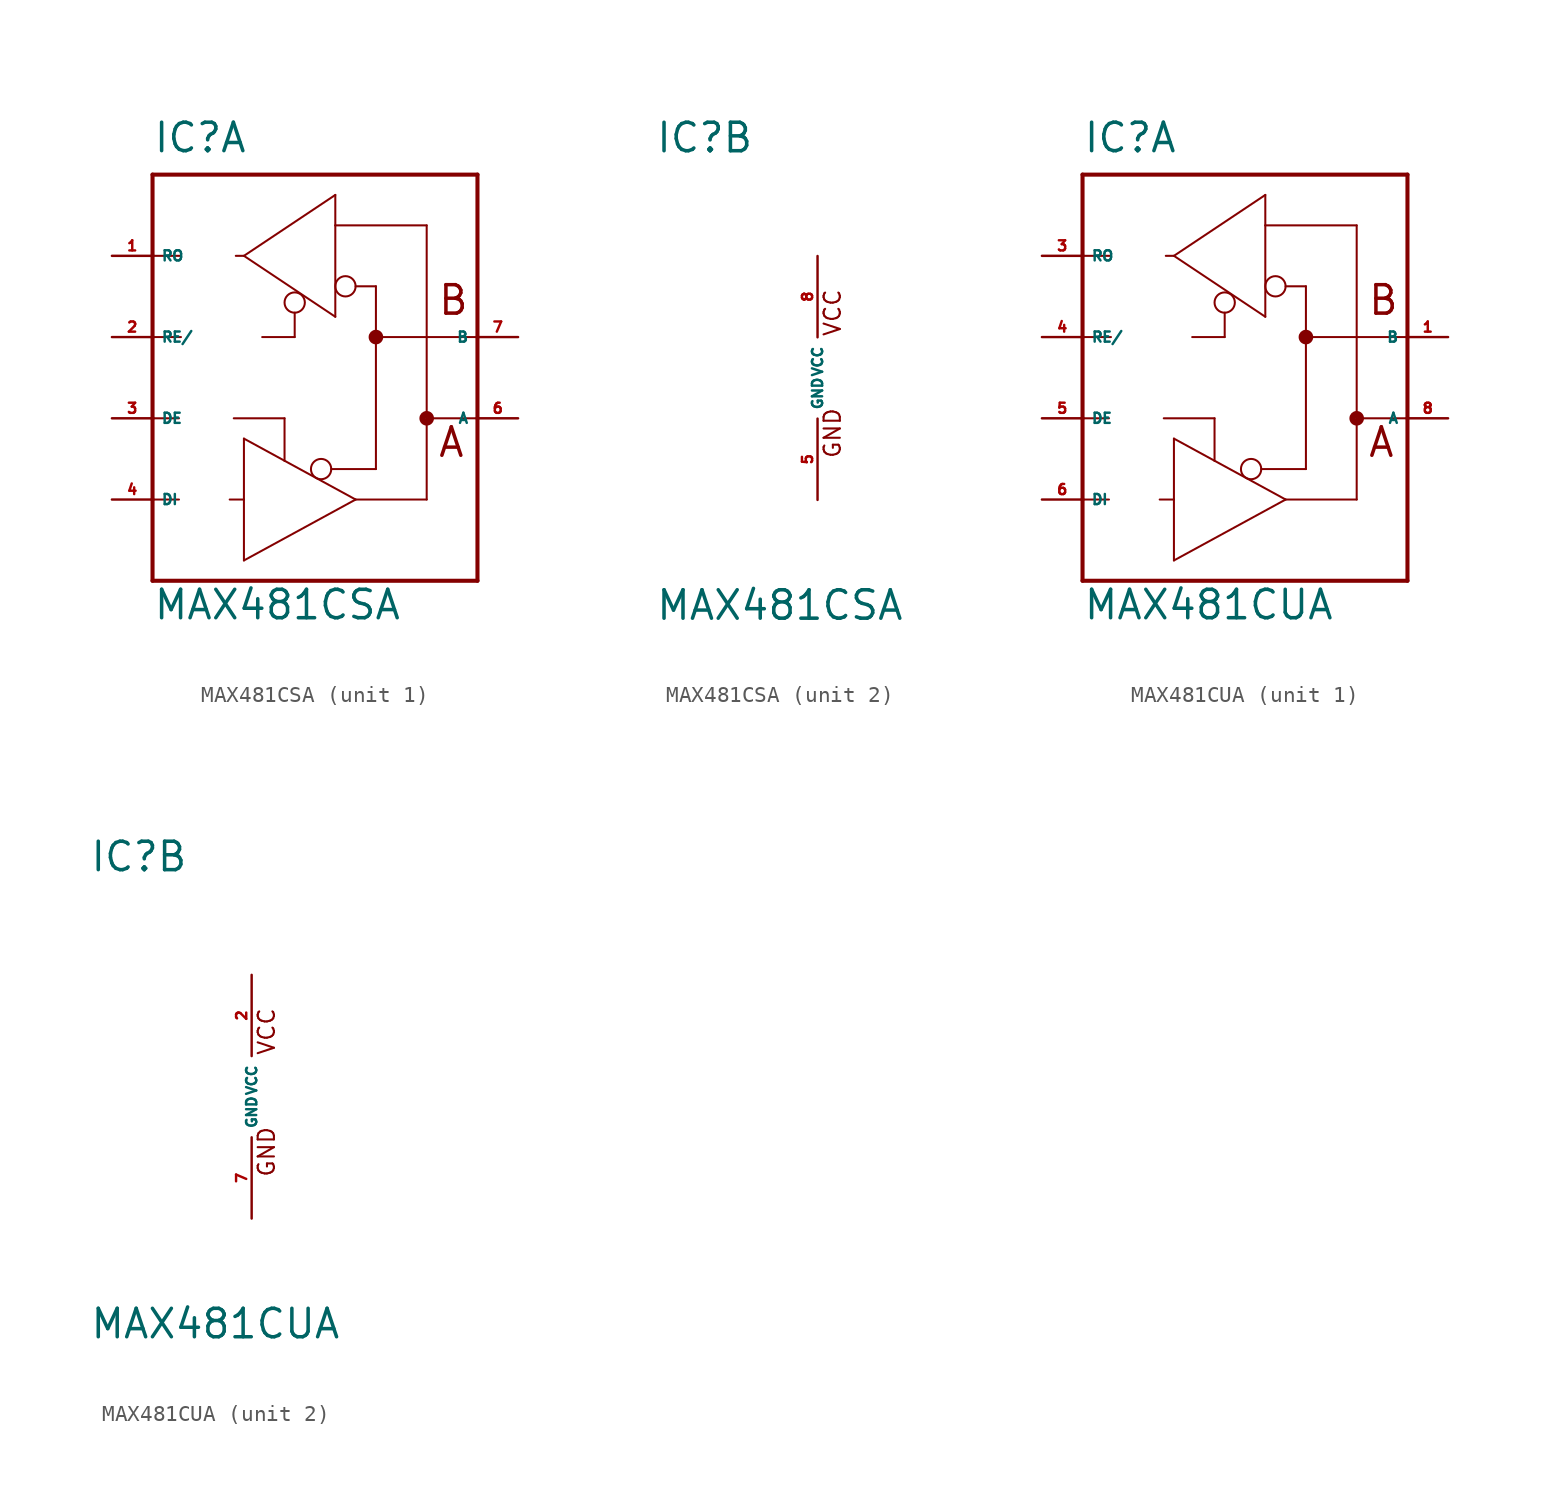
<source format=kicad_sym>
(kicad_symbol_lib
  (version 20220914)
  (generator Eagle2Kicad)
  (symbol "MAX481CSA"
    (property "Reference" "IC"
      (at -10.16 13.97 0)
      (effects (font (size 1.778 1.778) (thickness 0.22)) (justify left bottom)))
    (property "Value" "MAX481CSA"
      (at -10.16 -15.24 0)
      (effects (font (size 1.778 1.778) (thickness 0.22)) (justify left bottom)))
    (symbol "MAX481CSA_1_0"
      (polyline (pts (xy -10.16 12.7) (xy 10.16 12.7)) (stroke (width 0.254) (type default)) (fill (type none)))
      (polyline (pts (xy 10.16 12.7) (xy 10.16 2.54)) (stroke (width 0.254) (type default)) (fill (type none)))
      (polyline (pts (xy 10.16 2.54) (xy 10.16 -2.54)) (stroke (width 0.254) (type default)) (fill (type none)))
      (polyline (pts (xy 10.16 -2.54) (xy 10.16 -12.7)) (stroke (width 0.254) (type default)) (fill (type none)))
      (polyline (pts (xy 10.16 -12.7) (xy -10.16 -12.7)) (stroke (width 0.254) (type default)) (fill (type none)))
      (polyline (pts (xy -10.16 -12.7) (xy -10.16 -7.62)) (stroke (width 0.254) (type default)) (fill (type none)))
      (polyline (pts (xy -10.16 -7.62) (xy -10.16 -2.54)) (stroke (width 0.254) (type default)) (fill (type none)))
      (polyline (pts (xy -10.16 -2.54) (xy -10.16 2.54)) (stroke (width 0.254) (type default)) (fill (type none)))
      (polyline (pts (xy -10.16 2.54) (xy -10.16 7.62)) (stroke (width 0.254) (type default)) (fill (type none)))
      (polyline (pts (xy -10.16 7.62) (xy -10.16 12.7)) (stroke (width 0.254) (type default)) (fill (type none)))
      (polyline (pts (xy 1.27 11.43) (xy 1.27 9.525)) (stroke (width 0.127) (type default)) (fill (type none)))
      (polyline (pts (xy 1.27 9.525) (xy 1.27 3.81)) (stroke (width 0.127) (type default)) (fill (type none)))
      (polyline (pts (xy 1.27 3.81) (xy -4.445 7.62)) (stroke (width 0.127) (type default)) (fill (type none)))
      (polyline (pts (xy -4.445 7.62) (xy 1.27 11.43)) (stroke (width 0.127) (type default)) (fill (type none)))
      (polyline (pts (xy -4.445 -11.43) (xy -4.445 -7.62)) (stroke (width 0.127) (type default)) (fill (type none)))
      (polyline (pts (xy -4.445 -7.62) (xy -4.445 -3.81)) (stroke (width 0.127) (type default)) (fill (type none)))
      (polyline (pts (xy -4.445 -3.81) (xy 2.54 -7.62)) (stroke (width 0.127) (type default)) (fill (type none)))
      (polyline (pts (xy 2.54 -7.62) (xy -4.445 -11.43)) (stroke (width 0.127) (type default)) (fill (type none)))
      (polyline (pts (xy -3.302 2.54) (xy -1.27 2.54)) (stroke (width 0.127) (type default)) (fill (type none)))
      (polyline (pts (xy -1.27 2.54) (xy -1.27 4.064)) (stroke (width 0.127) (type default)) (fill (type none)))
      (polyline (pts (xy -5.08 -2.54) (xy -1.905 -2.54)) (stroke (width 0.127) (type default)) (fill (type none)))
      (polyline (pts (xy -1.905 -2.54) (xy -1.905 -5.207)) (stroke (width 0.127) (type default)) (fill (type none)))
      (polyline (pts (xy 2.54 -7.62) (xy 6.985 -7.62)) (stroke (width 0.127) (type default)) (fill (type none)))
      (polyline (pts (xy 6.985 -7.62) (xy 6.985 -2.54)) (stroke (width 0.127) (type default)) (fill (type none)))
      (polyline (pts (xy 6.985 -2.54) (xy 6.985 9.525)) (stroke (width 0.127) (type default)) (fill (type none)))
      (polyline (pts (xy 1.27 9.525) (xy 6.985 9.525)) (stroke (width 0.127) (type default)) (fill (type none)))
      (polyline (pts (xy 1.016 -5.715) (xy 3.81 -5.715)) (stroke (width 0.127) (type default)) (fill (type none)))
      (polyline (pts (xy 3.81 -5.715) (xy 3.81 2.54)) (stroke (width 0.127) (type default)) (fill (type none)))
      (polyline (pts (xy 3.81 2.54) (xy 3.81 5.715)) (stroke (width 0.127) (type default)) (fill (type none)))
      (polyline (pts (xy 3.81 5.715) (xy 2.54 5.715)) (stroke (width 0.127) (type default)) (fill (type none)))
      (polyline (pts (xy 10.16 2.54) (xy 3.81 2.54)) (stroke (width 0.127) (type default)) (fill (type none)))
      (polyline (pts (xy 10.16 -2.54) (xy 6.985 -2.54)) (stroke (width 0.127) (type default)) (fill (type none)))
      (polyline (pts (xy -10.16 7.62) (xy -8.382 7.62)) (stroke (width 0.127) (type default)) (fill (type none)))
      (polyline (pts (xy -4.953 7.62) (xy -4.445 7.62)) (stroke (width 0.127) (type default)) (fill (type none)))
      (polyline (pts (xy -10.16 2.54) (xy -8.382 2.54)) (stroke (width 0.127) (type default)) (fill (type none)))
      (polyline (pts (xy -10.16 -7.62) (xy -8.509 -7.62)) (stroke (width 0.127) (type default)) (fill (type none)))
      (polyline (pts (xy -5.334 -7.62) (xy -4.445 -7.62)) (stroke (width 0.127) (type default)) (fill (type none)))
      (polyline (pts (xy -10.16 -2.54) (xy -8.509 -2.54)) (stroke (width 0.127) (type default)) (fill (type none)))
      (text "A" (at 7.62 -5.08 0) (effects (font (size 1.778 1.778) (thickness 0.22)) (justify left bottom)))
      (text "B" (at 7.62 3.81 0) (effects (font (size 1.778 1.778) (thickness 0.22)) (justify left bottom)))
      (circle (center -1.27 4.699) (radius 0.635) (stroke (width 0.127) (type default)) (fill (type none)))
      (circle (center 1.905 5.715) (radius 0.635) (stroke (width 0.127) (type default)) (fill (type none)))
      (circle (center 0.381 -5.715) (radius 0.635) (stroke (width 0.127) (type default)) (fill (type none)))
      (circle (center 3.81 2.54) (radius 0.254) (stroke (width 0.406) (type default)) (fill (type none)))
      (circle (center 6.985 -2.54) (radius 0.254) (stroke (width 0.406) (type default)) (fill (type none)))
      (pin output line (at -12.7 7.62 0) (length 2.54) (name "RO" (effects (font (size 0.635 0.635) (thickness 0.08)) (justify left bottom))) (number "1" (effects (font (size 0.635 0.635) (thickness 0.08)) (justify left bottom))))
      (pin input line (at -12.7 2.54 0) (length 2.54) (name "RE/" (effects (font (size 0.635 0.635) (thickness 0.08)) (justify left bottom))) (number "2" (effects (font (size 0.635 0.635) (thickness 0.08)) (justify left bottom))))
      (pin input line (at -12.7 -2.54 0) (length 2.54) (name "DE" (effects (font (size 0.635 0.635) (thickness 0.08)) (justify left bottom))) (number "3" (effects (font (size 0.635 0.635) (thickness 0.08)) (justify left bottom))))
      (pin input line (at -12.7 -7.62 0) (length 2.54) (name "DI" (effects (font (size 0.635 0.635) (thickness 0.08)) (justify left bottom))) (number "4" (effects (font (size 0.635 0.635) (thickness 0.08)) (justify left bottom))))
      (pin passive line (at 12.7 -2.54 180) (length 2.54) (name "A" (effects (font (size 0.635 0.635) (thickness 0.08)) (justify left bottom))) (number "6" (effects (font (size 0.635 0.635) (thickness 0.08)) (justify left bottom))))
      (pin passive line (at 12.7 2.54 180) (length 2.54) (name "B" (effects (font (size 0.635 0.635) (thickness 0.08)) (justify left bottom))) (number "7" (effects (font (size 0.635 0.635) (thickness 0.08)) (justify left bottom)))))
    (symbol "MAX481CSA_2_0"
      (text "GND" (at 1.524 -5.08 900) (effects (font (size 1.016 1.016) (thickness 0.13)) (justify left bottom)))
      (text "VCC" (at 1.524 2.54 900) (effects (font (size 1.016 1.016) (thickness 0.13)) (justify left bottom)))
      (pin unspecified line (at 0 7.62 270) (length 5.08) (name "VCC" (effects (font (size 0.635 0.635) (thickness 0.08)) (justify left bottom))) (number "8" (effects (font (size 0.635 0.635) (thickness 0.08)) (justify left bottom))))
      (pin unspecified line (at 0 -7.62 90) (length 5.08) (name "GND" (effects (font (size 0.635 0.635) (thickness 0.08)) (justify left bottom))) (number "5" (effects (font (size 0.635 0.635) (thickness 0.08)) (justify left bottom))))))
  (symbol "MAX481CUA"
    (property "Reference" "IC"
      (at -10.16 13.97 0)
      (effects (font (size 1.778 1.778) (thickness 0.22)) (justify left bottom)))
    (property "Value" "MAX481CUA"
      (at -10.16 -15.24 0)
      (effects (font (size 1.778 1.778) (thickness 0.22)) (justify left bottom)))
    (symbol "MAX481CUA_1_0"
      (polyline (pts (xy -10.16 12.7) (xy 10.16 12.7)) (stroke (width 0.254) (type default)) (fill (type none)))
      (polyline (pts (xy 10.16 12.7) (xy 10.16 2.54)) (stroke (width 0.254) (type default)) (fill (type none)))
      (polyline (pts (xy 10.16 2.54) (xy 10.16 -2.54)) (stroke (width 0.254) (type default)) (fill (type none)))
      (polyline (pts (xy 10.16 -2.54) (xy 10.16 -12.7)) (stroke (width 0.254) (type default)) (fill (type none)))
      (polyline (pts (xy 10.16 -12.7) (xy -10.16 -12.7)) (stroke (width 0.254) (type default)) (fill (type none)))
      (polyline (pts (xy -10.16 -12.7) (xy -10.16 -7.62)) (stroke (width 0.254) (type default)) (fill (type none)))
      (polyline (pts (xy -10.16 -7.62) (xy -10.16 -2.54)) (stroke (width 0.254) (type default)) (fill (type none)))
      (polyline (pts (xy -10.16 -2.54) (xy -10.16 2.54)) (stroke (width 0.254) (type default)) (fill (type none)))
      (polyline (pts (xy -10.16 2.54) (xy -10.16 7.62)) (stroke (width 0.254) (type default)) (fill (type none)))
      (polyline (pts (xy -10.16 7.62) (xy -10.16 12.7)) (stroke (width 0.254) (type default)) (fill (type none)))
      (polyline (pts (xy 1.27 11.43) (xy 1.27 9.525)) (stroke (width 0.127) (type default)) (fill (type none)))
      (polyline (pts (xy 1.27 9.525) (xy 1.27 3.81)) (stroke (width 0.127) (type default)) (fill (type none)))
      (polyline (pts (xy 1.27 3.81) (xy -4.445 7.62)) (stroke (width 0.127) (type default)) (fill (type none)))
      (polyline (pts (xy -4.445 7.62) (xy 1.27 11.43)) (stroke (width 0.127) (type default)) (fill (type none)))
      (polyline (pts (xy -4.445 -11.43) (xy -4.445 -7.62)) (stroke (width 0.127) (type default)) (fill (type none)))
      (polyline (pts (xy -4.445 -7.62) (xy -4.445 -3.81)) (stroke (width 0.127) (type default)) (fill (type none)))
      (polyline (pts (xy -4.445 -3.81) (xy 2.54 -7.62)) (stroke (width 0.127) (type default)) (fill (type none)))
      (polyline (pts (xy 2.54 -7.62) (xy -4.445 -11.43)) (stroke (width 0.127) (type default)) (fill (type none)))
      (polyline (pts (xy -3.302 2.54) (xy -1.27 2.54)) (stroke (width 0.127) (type default)) (fill (type none)))
      (polyline (pts (xy -1.27 2.54) (xy -1.27 4.064)) (stroke (width 0.127) (type default)) (fill (type none)))
      (polyline (pts (xy -5.08 -2.54) (xy -1.905 -2.54)) (stroke (width 0.127) (type default)) (fill (type none)))
      (polyline (pts (xy -1.905 -2.54) (xy -1.905 -5.207)) (stroke (width 0.127) (type default)) (fill (type none)))
      (polyline (pts (xy 2.54 -7.62) (xy 6.985 -7.62)) (stroke (width 0.127) (type default)) (fill (type none)))
      (polyline (pts (xy 6.985 -7.62) (xy 6.985 -2.54)) (stroke (width 0.127) (type default)) (fill (type none)))
      (polyline (pts (xy 6.985 -2.54) (xy 6.985 9.525)) (stroke (width 0.127) (type default)) (fill (type none)))
      (polyline (pts (xy 1.27 9.525) (xy 6.985 9.525)) (stroke (width 0.127) (type default)) (fill (type none)))
      (polyline (pts (xy 1.016 -5.715) (xy 3.81 -5.715)) (stroke (width 0.127) (type default)) (fill (type none)))
      (polyline (pts (xy 3.81 -5.715) (xy 3.81 2.54)) (stroke (width 0.127) (type default)) (fill (type none)))
      (polyline (pts (xy 3.81 2.54) (xy 3.81 5.715)) (stroke (width 0.127) (type default)) (fill (type none)))
      (polyline (pts (xy 3.81 5.715) (xy 2.54 5.715)) (stroke (width 0.127) (type default)) (fill (type none)))
      (polyline (pts (xy 10.16 2.54) (xy 3.81 2.54)) (stroke (width 0.127) (type default)) (fill (type none)))
      (polyline (pts (xy 10.16 -2.54) (xy 6.985 -2.54)) (stroke (width 0.127) (type default)) (fill (type none)))
      (polyline (pts (xy -10.16 7.62) (xy -8.382 7.62)) (stroke (width 0.127) (type default)) (fill (type none)))
      (polyline (pts (xy -4.953 7.62) (xy -4.445 7.62)) (stroke (width 0.127) (type default)) (fill (type none)))
      (polyline (pts (xy -10.16 2.54) (xy -8.382 2.54)) (stroke (width 0.127) (type default)) (fill (type none)))
      (polyline (pts (xy -10.16 -7.62) (xy -8.509 -7.62)) (stroke (width 0.127) (type default)) (fill (type none)))
      (polyline (pts (xy -5.334 -7.62) (xy -4.445 -7.62)) (stroke (width 0.127) (type default)) (fill (type none)))
      (polyline (pts (xy -10.16 -2.54) (xy -8.509 -2.54)) (stroke (width 0.127) (type default)) (fill (type none)))
      (text "A" (at 7.62 -5.08 0) (effects (font (size 1.778 1.778) (thickness 0.22)) (justify left bottom)))
      (text "B" (at 7.62 3.81 0) (effects (font (size 1.778 1.778) (thickness 0.22)) (justify left bottom)))
      (circle (center -1.27 4.699) (radius 0.635) (stroke (width 0.127) (type default)) (fill (type none)))
      (circle (center 1.905 5.715) (radius 0.635) (stroke (width 0.127) (type default)) (fill (type none)))
      (circle (center 0.381 -5.715) (radius 0.635) (stroke (width 0.127) (type default)) (fill (type none)))
      (circle (center 3.81 2.54) (radius 0.254) (stroke (width 0.406) (type default)) (fill (type none)))
      (circle (center 6.985 -2.54) (radius 0.254) (stroke (width 0.406) (type default)) (fill (type none)))
      (pin output line (at -12.7 7.62 0) (length 2.54) (name "RO" (effects (font (size 0.635 0.635) (thickness 0.08)) (justify left bottom))) (number "3" (effects (font (size 0.635 0.635) (thickness 0.08)) (justify left bottom))))
      (pin input line (at -12.7 2.54 0) (length 2.54) (name "RE/" (effects (font (size 0.635 0.635) (thickness 0.08)) (justify left bottom))) (number "4" (effects (font (size 0.635 0.635) (thickness 0.08)) (justify left bottom))))
      (pin input line (at -12.7 -2.54 0) (length 2.54) (name "DE" (effects (font (size 0.635 0.635) (thickness 0.08)) (justify left bottom))) (number "5" (effects (font (size 0.635 0.635) (thickness 0.08)) (justify left bottom))))
      (pin input line (at -12.7 -7.62 0) (length 2.54) (name "DI" (effects (font (size 0.635 0.635) (thickness 0.08)) (justify left bottom))) (number "6" (effects (font (size 0.635 0.635) (thickness 0.08)) (justify left bottom))))
      (pin passive line (at 12.7 -2.54 180) (length 2.54) (name "A" (effects (font (size 0.635 0.635) (thickness 0.08)) (justify left bottom))) (number "8" (effects (font (size 0.635 0.635) (thickness 0.08)) (justify left bottom))))
      (pin passive line (at 12.7 2.54 180) (length 2.54) (name "B" (effects (font (size 0.635 0.635) (thickness 0.08)) (justify left bottom))) (number "1" (effects (font (size 0.635 0.635) (thickness 0.08)) (justify left bottom)))))
    (symbol "MAX481CUA_2_0"
      (text "GND" (at 1.524 -5.08 900) (effects (font (size 1.016 1.016) (thickness 0.13)) (justify left bottom)))
      (text "VCC" (at 1.524 2.54 900) (effects (font (size 1.016 1.016) (thickness 0.13)) (justify left bottom)))
      (pin unspecified line (at 0 7.62 270) (length 5.08) (name "VCC" (effects (font (size 0.635 0.635) (thickness 0.08)) (justify left bottom))) (number "2" (effects (font (size 0.635 0.635) (thickness 0.08)) (justify left bottom))))
      (pin unspecified line (at 0 -7.62 90) (length 5.08) (name "GND" (effects (font (size 0.635 0.635) (thickness 0.08)) (justify left bottom))) (number "7" (effects (font (size 0.635 0.635) (thickness 0.08)) (justify left bottom)))))))
</source>
